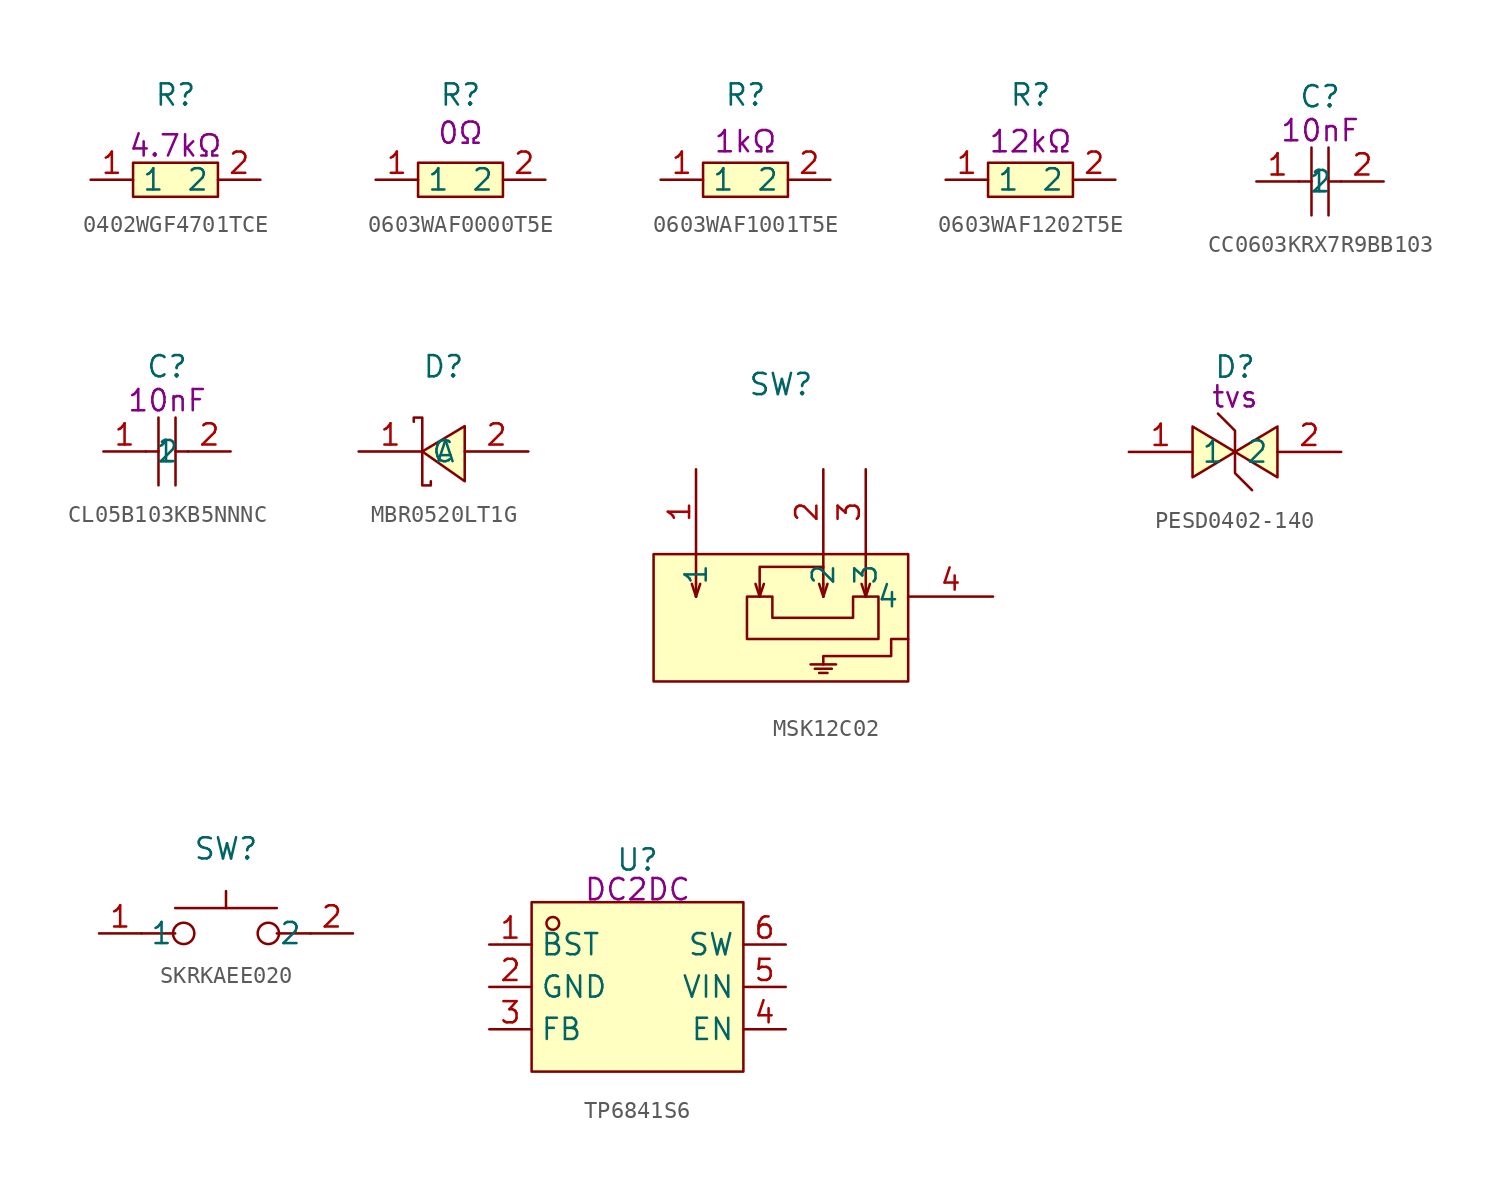
<source format=kicad_sym>
(kicad_symbol_lib
  (version 20241209)
  (generator "kicad_symbol_editor")
  (generator_version "9.0")
  (symbol "0402WGF4701TCE"
    (property "Reference" "R"
      (at 0 5.08 0)
      (effects (font (size 1.27 1.27))))
    (property "Description" "4.7kΩ"
      (at 0 2.032 0)
      (effects (font (size 1.27 1.27))))
    (symbol "0402WGF4701TCE_0_1"
      (rectangle (start -2.54 1.02) (end 2.54 -1.02) (stroke (width 0) (type default)) (fill (type background)))
      (pin input line (at -5.08 0 0) (length 2.54) (name "1" (effects (font (size 1.27 1.27)))) (number "1" (effects (font (size 1.27 1.27)))))
      (pin input line (at 5.08 0 180) (length 2.54) (name "2" (effects (font (size 1.27 1.27)))) (number "2" (effects (font (size 1.27 1.27)))))))
  (symbol "0603WAF0000T5E"
    (property "Reference" "R"
      (at 0 5.08 0)
      (effects (font (size 1.27 1.27))))
    (property "Description" "0Ω"
      (at 0 2.794 0)
      (effects (font (size 1.27 1.27))))
    (symbol "0603WAF0000T5E_0_1"
      (rectangle (start -2.54 1.02) (end 2.54 -1.02) (stroke (width 0) (type default)) (fill (type background)))
      (pin input line (at -5.08 0 0) (length 2.54) (name "1" (effects (font (size 1.27 1.27)))) (number "1" (effects (font (size 1.27 1.27)))))
      (pin input line (at 5.08 0 180) (length 2.54) (name "2" (effects (font (size 1.27 1.27)))) (number "2" (effects (font (size 1.27 1.27)))))))
  (symbol "0603WAF1001T5E"
    (property "Reference" "R"
      (at 0 5.08 0)
      (effects (font (size 1.27 1.27))))
    (property "Description" "1kΩ"
      (at 0 2.286 0)
      (effects (font (size 1.27 1.27))))
    (symbol "0603WAF1001T5E_0_1"
      (rectangle (start -2.54 1.02) (end 2.54 -1.02) (stroke (width 0) (type default)) (fill (type background)))
      (pin input line (at -5.08 0 0) (length 2.54) (name "1" (effects (font (size 1.27 1.27)))) (number "1" (effects (font (size 1.27 1.27)))))
      (pin input line (at 5.08 0 180) (length 2.54) (name "2" (effects (font (size 1.27 1.27)))) (number "2" (effects (font (size 1.27 1.27)))))))
  (symbol "0603WAF1202T5E"
    (property "Reference" "R"
      (at 0 5.08 0)
      (effects (font (size 1.27 1.27))))
    (property "Description" "12kΩ"
      (at 0 2.286 0)
      (effects (font (size 1.27 1.27))))
    (symbol "0603WAF1202T5E_0_1"
      (rectangle (start -2.54 1.02) (end 2.54 -1.02) (stroke (width 0) (type default)) (fill (type background)))
      (pin input line (at -5.08 0 0) (length 2.54) (name "1" (effects (font (size 1.27 1.27)))) (number "1" (effects (font (size 1.27 1.27)))))
      (pin input line (at 5.08 0 180) (length 2.54) (name "2" (effects (font (size 1.27 1.27)))) (number "2" (effects (font (size 1.27 1.27)))))))
  (symbol "CC0603KRX7R9BB103"
    (property "Reference" "C"
      (at 0 5.08 0)
      (effects (font (size 1.27 1.27))))
    (property "Description" "10nF"
      (at 0 3.048 0)
      (effects (font (size 1.27 1.27))))
    (symbol "CC0603KRX7R9BB103_0_1"
      (polyline (pts (xy -1.27 0) (xy -0.51 0)) (stroke (width 0) (type default)) (fill (type none)))
      (polyline (pts (xy -0.51 2.03) (xy -0.51 -2.03)) (stroke (width 0) (type default)) (fill (type none)))
      (polyline (pts (xy 0.51 2.03) (xy 0.51 -2.03)) (stroke (width 0) (type default)) (fill (type none)))
      (polyline (pts (xy 0.51 0) (xy 1.27 0)) (stroke (width 0) (type default)) (fill (type none)))
      (pin input line (at -3.81 0 0) (length 2.54) (name "1" (effects (font (size 1.27 1.27)))) (number "1" (effects (font (size 1.27 1.27)))))
      (pin input line (at 3.81 0 180) (length 2.54) (name "2" (effects (font (size 1.27 1.27)))) (number "2" (effects (font (size 1.27 1.27)))))))
  (symbol "CL05B103KB5NNNC"
    (property "Reference" "C"
      (at 0 5.08 0)
      (effects (font (size 1.27 1.27))))
    (property "Description" "10nF"
      (at 0 3.048 0)
      (effects (font (size 1.27 1.27))))
    (symbol "CL05B103KB5NNNC_0_1"
      (polyline (pts (xy -1.27 0) (xy -0.51 0)) (stroke (width 0) (type default)) (fill (type none)))
      (polyline (pts (xy -0.51 2.03) (xy -0.51 -2.03)) (stroke (width 0) (type default)) (fill (type none)))
      (polyline (pts (xy 0.51 2.03) (xy 0.51 -2.03)) (stroke (width 0) (type default)) (fill (type none)))
      (polyline (pts (xy 0.51 0) (xy 1.27 0)) (stroke (width 0) (type default)) (fill (type none)))
      (pin input line (at -3.81 0 0) (length 2.54) (name "1" (effects (font (size 1.27 1.27)))) (number "1" (effects (font (size 1.27 1.27)))))
      (pin input line (at 3.81 0 180) (length 2.54) (name "2" (effects (font (size 1.27 1.27)))) (number "2" (effects (font (size 1.27 1.27)))))))
  (symbol "MBR0520LT1G"
    (property "Reference" "D"
      (at 0 5.08 0)
      (effects (font (size 1.27 1.27))))
    (symbol "MBR0520LT1G_0_1"
      (polyline (pts (xy -1.78 1.78) (xy -1.78 2.03) (xy -1.27 2.03) (xy -1.27 -2.03) (xy -0.76 -2.03) (xy -0.76 -1.78)) (stroke (width 0) (type default)) (fill (type none)))
      (polyline (pts (xy 1.27 1.52) (xy -1.27 0) (xy 1.27 -1.78) (xy 1.27 1.52)) (stroke (width 0) (type default)) (fill (type background)))
      (pin unspecified line (at -5.08 0 0) (length 3.81) (name "C" (effects (font (size 1.27 1.27)))) (number "1" (effects (font (size 1.27 1.27)))))
      (pin unspecified line (at 5.08 0 180) (length 3.81) (name "A" (effects (font (size 1.27 1.27)))) (number "2" (effects (font (size 1.27 1.27)))))))
  (symbol "MSK12C02"
    (property "Reference" "SW"
      (at 0 12.7 0)
      (effects (font (size 1.27 1.27))))
    (symbol "MSK12C02_0_1"
      (rectangle (start -7.62 2.54) (end 7.62 -5.08) (stroke (width 0) (type default)) (fill (type background)))
      (polyline (pts (xy -5.08 2.54) (xy -5.08 0.76)) (stroke (width 0) (type default)) (fill (type none)))
      (polyline (pts (xy -5.08 0.76) (xy -5.08 0)) (stroke (width 0) (type default)) (fill (type none)))
      (polyline (pts (xy -5.08 0) (xy -5.33 0.76)) (stroke (width 0) (type default)) (fill (type none)))
      (polyline (pts (xy -5.08 0) (xy -4.83 0.76)) (stroke (width 0) (type default)) (fill (type none)))
      (polyline (pts (xy -1.78 0) (xy -0.51 0) (xy -0.51 -1.27) (xy 4.32 -1.27) (xy 4.32 0) (xy 5.84 0) (xy 5.84 -2.54) (xy -2.03 -2.54) (xy -2.03 0) (xy -1.78 0)) (stroke (width 0) (type default)) (fill (type background)))
      (polyline (pts (xy -1.27 0) (xy -1.52 0.76)) (stroke (width 0) (type default)) (fill (type none)))
      (polyline (pts (xy 1.78 -4.06) (xy 3.3 -4.06)) (stroke (width 0) (type default)) (fill (type none)))
      (polyline (pts (xy 2.03 -4.32) (xy 3.05 -4.32)) (stroke (width 0) (type default)) (fill (type none)))
      (polyline (pts (xy 2.29 -4.57) (xy 2.79 -4.57)) (stroke (width 0) (type default)) (fill (type none)))
      (polyline (pts (xy 2.54 2.54) (xy 2.54 0.76)) (stroke (width 0) (type default)) (fill (type none)))
      (polyline (pts (xy 2.54 1.78) (xy -1.27 1.78) (xy -1.27 0) (xy -1.02 0.76)) (stroke (width 0) (type default)) (fill (type none)))
      (polyline (pts (xy 2.54 0.76) (xy 2.54 0)) (stroke (width 0) (type default)) (fill (type none)))
      (polyline (pts (xy 2.54 0) (xy 2.29 0.76)) (stroke (width 0) (type default)) (fill (type none)))
      (polyline (pts (xy 2.54 0) (xy 2.79 0.76)) (stroke (width 0) (type default)) (fill (type none)))
      (polyline (pts (xy 5.08 2.54) (xy 5.08 0) (xy 5.33 0.76)) (stroke (width 0) (type default)) (fill (type none)))
      (polyline (pts (xy 5.08 0) (xy 4.83 0.76)) (stroke (width 0) (type default)) (fill (type none)))
      (polyline (pts (xy 7.62 -2.54) (xy 6.6 -2.54) (xy 6.6 -3.56) (xy 2.54 -3.56) (xy 2.54 -4.06)) (stroke (width 0) (type default)) (fill (type none)))
      (pin unspecified line (at -5.08 7.62 270) (length 5.08) (name "1" (effects (font (size 1.27 1.27)))) (number "1" (effects (font (size 1.27 1.27)))))
      (pin unspecified line (at 2.54 7.62 270) (length 5.08) (name "2" (effects (font (size 1.27 1.27)))) (number "2" (effects (font (size 1.27 1.27)))))
      (pin unspecified line (at 5.08 7.62 270) (length 5.08) (name "3" (effects (font (size 1.27 1.27)))) (number "3" (effects (font (size 1.27 1.27)))))
      (pin unspecified line (at 12.7 0 180) (length 5.08) (name "4" (effects (font (size 1.27 1.27)))) (number "4" (effects (font (size 1.27 1.27)))))))
  (symbol "PESD0402-140"
    (property "Reference" "D"
      (at 0 5.08 0)
      (effects (font (size 1.27 1.27))))
    (property "Description" "tvs"
      (at 0 3.302 0)
      (effects (font (size 1.27 1.27))))
    (symbol "PESD0402-140_0_1"
      (polyline (pts (xy -2.54 1.52) (xy 0 0) (xy -2.54 -1.52) (xy -2.54 1.52)) (stroke (width 0) (type default)) (fill (type background)))
      (polyline (pts (xy -1.02 2.29) (xy 0 1.27) (xy 0 -1.27) (xy 1.02 -2.29)) (stroke (width 0) (type default)) (fill (type none)))
      (polyline (pts (xy 2.54 -1.52) (xy 0 0) (xy 2.54 1.52) (xy 2.54 -1.52)) (stroke (width 0) (type default)) (fill (type background)))
      (pin unspecified line (at -6.35 0 0) (length 3.81) (name "1" (effects (font (size 1.27 1.27)))) (number "1" (effects (font (size 1.27 1.27)))))
      (pin unspecified line (at 6.35 0 180) (length 3.81) (name "2" (effects (font (size 1.27 1.27)))) (number "2" (effects (font (size 1.27 1.27)))))))
  (symbol "SKRKAEE020"
    (property "Reference" "SW"
      (at 0 5.08 0)
      (effects (font (size 1.27 1.27))))
    (symbol "SKRKAEE020_0_1"
      (polyline (pts (xy -3.05 0) (xy -5.08 0)) (stroke (width 0) (type default)) (fill (type none)))
      (circle (center -2.54 0) (radius 0.64) (stroke (width 0) (type default)) (fill (type none)))
      (polyline (pts (xy 0 2.54) (xy 0 1.52)) (stroke (width 0) (type default)) (fill (type none)))
      (circle (center 2.54 0) (radius 0.64) (stroke (width 0) (type default)) (fill (type none)))
      (polyline (pts (xy 3.05 1.52) (xy -3.05 1.52)) (stroke (width 0) (type default)) (fill (type none)))
      (polyline (pts (xy 3.05 0) (xy 5.08 0)) (stroke (width 0) (type default)) (fill (type none)))
      (pin unspecified line (at -7.62 0 0) (length 2.54) (name "1" (effects (font (size 1.27 1.27)))) (number "1" (effects (font (size 1.27 1.27)))))
      (pin unspecified line (at 7.62 0 180) (length 2.54) (name "2" (effects (font (size 1.27 1.27)))) (number "2" (effects (font (size 1.27 1.27)))))))
  (symbol "TP6841S6"
    (property "Reference" "U"
      (at 0 7.62 0)
      (effects (font (size 1.27 1.27))))
    (property "Description" "DC2DC"
      (at 0 5.842 0)
      (effects (font (size 1.27 1.27))))
    (symbol "TP6841S6_0_1"
      (rectangle (start -6.35 5.08) (end 6.35 -5.08) (stroke (width 0) (type default)) (fill (type background)))
      (circle (center -5.08 3.81) (radius 0.38) (stroke (width 0) (type default)) (fill (type none)))
      (pin unspecified line (at -8.89 2.54 0) (length 2.54) (name "BST" (effects (font (size 1.27 1.27)))) (number "1" (effects (font (size 1.27 1.27)))))
      (pin unspecified line (at -8.89 0 0) (length 2.54) (name "GND" (effects (font (size 1.27 1.27)))) (number "2" (effects (font (size 1.27 1.27)))))
      (pin unspecified line (at -8.89 -2.54 0) (length 2.54) (name "FB" (effects (font (size 1.27 1.27)))) (number "3" (effects (font (size 1.27 1.27)))))
      (pin unspecified line (at 8.89 2.54 180) (length 2.54) (name "SW" (effects (font (size 1.27 1.27)))) (number "6" (effects (font (size 1.27 1.27)))))
      (pin unspecified line (at 8.89 0 180) (length 2.54) (name "VIN" (effects (font (size 1.27 1.27)))) (number "5" (effects (font (size 1.27 1.27)))))
      (pin unspecified line (at 8.89 -2.54 180) (length 2.54) (name "EN" (effects (font (size 1.27 1.27)))) (number "4" (effects (font (size 1.27 1.27))))))))
</source>
